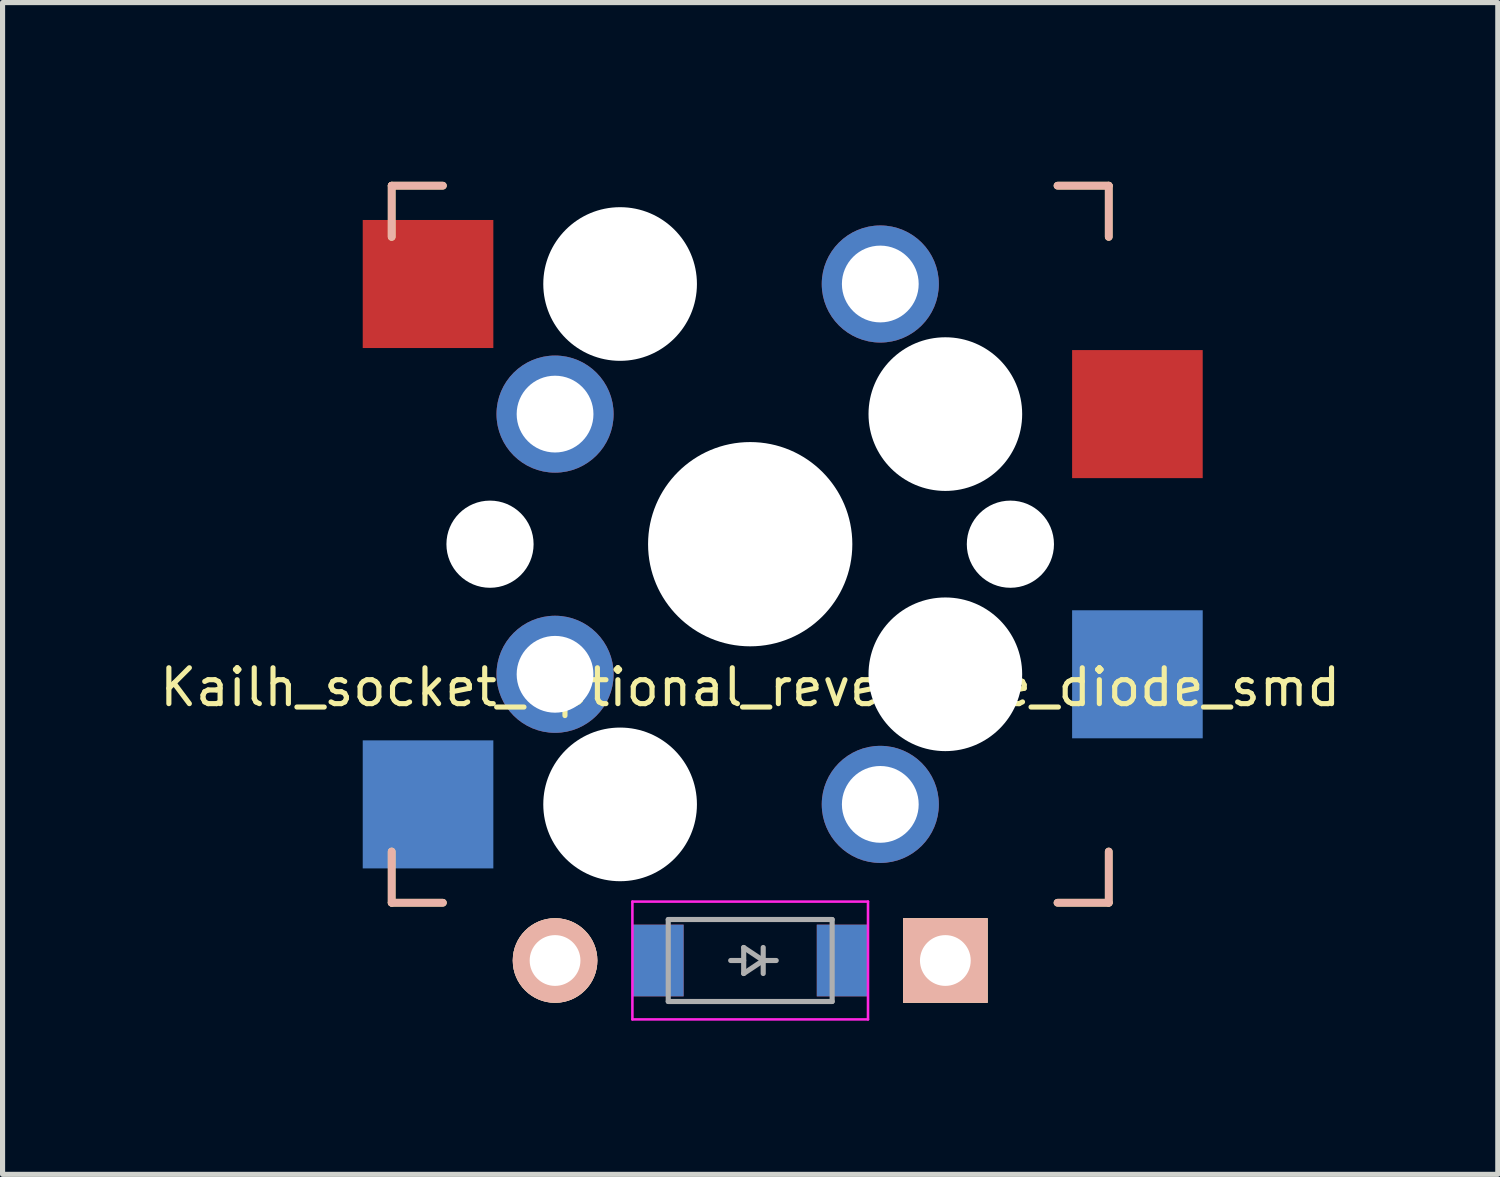
<source format=kicad_pcb>
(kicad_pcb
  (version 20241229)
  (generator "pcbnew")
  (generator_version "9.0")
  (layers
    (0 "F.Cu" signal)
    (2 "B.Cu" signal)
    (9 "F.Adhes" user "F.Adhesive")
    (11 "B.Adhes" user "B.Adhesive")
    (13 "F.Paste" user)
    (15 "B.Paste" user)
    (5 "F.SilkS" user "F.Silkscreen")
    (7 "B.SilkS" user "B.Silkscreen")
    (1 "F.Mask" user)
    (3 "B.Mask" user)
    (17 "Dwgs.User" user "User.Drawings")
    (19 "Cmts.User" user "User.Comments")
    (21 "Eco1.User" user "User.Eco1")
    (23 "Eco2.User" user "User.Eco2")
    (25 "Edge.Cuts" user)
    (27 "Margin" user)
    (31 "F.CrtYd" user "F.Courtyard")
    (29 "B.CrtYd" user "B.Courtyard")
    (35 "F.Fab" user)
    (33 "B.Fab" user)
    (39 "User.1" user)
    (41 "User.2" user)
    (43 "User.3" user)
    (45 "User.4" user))
  (footprint "Kailh_socket_optional_reversible_diode_smd"
    (layer "F.Cu")
    (at 11.597 7.575)
    (property "Reference" "Kailh_socket_optional_reversible_diode_smd" (at 0 2.794 0) (layer "F.SilkS") (effects (font (size 0.7 0.7) (thickness 0.1))))
    (attr through_hole)
    (fp_line (start -7 -7) (end -6 -7) (stroke (width 0.15) (type solid)) (layer "F.SilkS"))
    (fp_line (start -7 -6) (end -7 -7) (stroke (width 0.15) (type solid)) (layer "F.SilkS"))
    (fp_line (start -7 7) (end -7 6) (stroke (width 0.15) (type solid)) (layer "F.SilkS"))
    (fp_line (start -6 7) (end -7 7) (stroke (width 0.15) (type solid)) (layer "F.SilkS"))
    (fp_line (start 6 -7) (end 7 -7) (stroke (width 0.15) (type solid)) (layer "F.SilkS"))
    (fp_line (start 7 -7) (end 7 -6) (stroke (width 0.15) (type solid)) (layer "F.SilkS"))
    (fp_line (start 7 6) (end 7 7) (stroke (width 0.15) (type solid)) (layer "F.SilkS"))
    (fp_line (start 7 7) (end 6 7) (stroke (width 0.15) (type solid)) (layer "F.SilkS"))
    (fp_line (start -7 -7) (end -6 -7) (stroke (width 0.15) (type solid)) (layer "B.SilkS"))
    (fp_line (start -7 -6) (end -7 -7) (stroke (width 0.15) (type solid)) (layer "B.SilkS"))
    (fp_line (start -7 7) (end -7 6) (stroke (width 0.15) (type solid)) (layer "B.SilkS"))
    (fp_line (start -6 7) (end -7 7) (stroke (width 0.15) (type solid)) (layer "B.SilkS"))
    (fp_line (start 6 -7) (end 7 -7) (stroke (width 0.15) (type solid)) (layer "B.SilkS"))
    (fp_line (start 7 -7) (end 7 -6) (stroke (width 0.15) (type solid)) (layer "B.SilkS"))
    (fp_line (start 7 6) (end 7 7) (stroke (width 0.15) (type solid)) (layer "B.SilkS"))
    (fp_line (start 7 7) (end 6 7) (stroke (width 0.15) (type solid)) (layer "B.SilkS"))
    (fp_line (start -7.5 -7.5) (end 7.5 -7.5) (stroke (width 0.15) (type solid)) (layer "Eco2.User"))
    (fp_line (start -7.5 7.5) (end -7.5 -7.5) (stroke (width 0.15) (type solid)) (layer "Eco2.User"))
    (fp_line (start -6.9 6.9) (end -6.9 -6.9) (stroke (width 0.15) (type solid)) (layer "Eco2.User"))
    (fp_line (start -6.9 6.9) (end 6.9 6.9) (stroke (width 0.15) (type solid)) (layer "Eco2.User"))
    (fp_line (start 6.9 -6.9) (end -6.9 -6.9) (stroke (width 0.15) (type solid)) (layer "Eco2.User"))
    (fp_line (start 6.9 -6.9) (end 6.9 6.9) (stroke (width 0.15) (type solid)) (layer "Eco2.User"))
    (fp_line (start 7.5 -7.5) (end 7.5 7.5) (stroke (width 0.15) (type solid)) (layer "Eco2.User"))
    (fp_line (start 7.5 7.5) (end -7.5 7.5) (stroke (width 0.15) (type solid)) (layer "Eco2.User"))
    (fp_line (start -2.3 6.978) (end -2.3 9.278) (stroke (width 0.05) (type solid)) (layer "F.CrtYd"))
    (fp_line (start -2.3 6.978) (end 2.3 6.978) (stroke (width 0.05) (type solid)) (layer "F.CrtYd"))
    (fp_line (start -2.3 9.278) (end 2.3 9.278) (stroke (width 0.05) (type solid)) (layer "F.CrtYd"))
    (fp_line (start 2.3 6.978) (end 2.3 9.278) (stroke (width 0.05) (type solid)) (layer "F.CrtYd"))
    (fp_line (start -1.6 7.328) (end 1.6 7.328) (stroke (width 0.1) (type solid)) (layer "F.Fab"))
    (fp_line (start -1.6 8.928) (end -1.6 7.328) (stroke (width 0.1) (type solid)) (layer "F.Fab"))
    (fp_line (start -0.127 7.874) (end 0.254 8.128) (stroke (width 0.1) (type solid)) (layer "F.Fab"))
    (fp_line (start -0.127 8.128) (end -0.381 8.128) (stroke (width 0.1) (type solid)) (layer "F.Fab"))
    (fp_line (start -0.127 8.382) (end -0.127 7.874) (stroke (width 0.1) (type solid)) (layer "F.Fab"))
    (fp_line (start 0.254 8.128) (end -0.127 8.382) (stroke (width 0.1) (type solid)) (layer "F.Fab"))
    (fp_line (start 0.254 8.128) (end 0.508 8.128) (stroke (width 0.1) (type solid)) (layer "F.Fab"))
    (fp_line (start 0.254 8.382) (end 0.254 7.874) (stroke (width 0.1) (type solid)) (layer "F.Fab"))
    (fp_line (start 1.6 7.328) (end 1.6 8.928) (stroke (width 0.1) (type solid)) (layer "F.Fab"))
    (fp_line (start 1.6 8.928) (end -1.6 8.928) (stroke (width 0.1) (type solid)) (layer "F.Fab"))
    (pad "" np_thru_hole circle (at -5.08 0) (size 1.702 1.702) (drill 1.702) (layers "*.Cu" "*.Mask"))
    (pad "" np_thru_hole circle (at -2.54 -5.08) (size 3 3) (drill 3) (layers "*.Cu" "*.Mask"))
    (pad "" np_thru_hole circle (at -2.54 5.08) (size 3 3) (drill 3) (layers "*.Cu" "*.Mask"))
    (pad "" np_thru_hole circle (at 0 0) (size 3.988 3.988) (drill 3.988) (layers "*.Cu" "*.Mask"))
    (pad "" np_thru_hole circle (at 3.81 -2.54) (size 3 3) (drill 3) (layers "*.Cu" "*.Mask"))
    (pad "" np_thru_hole circle (at 3.81 2.54) (size 3 3) (drill 3) (layers "*.Cu" "*.Mask"))
    (pad "" np_thru_hole circle (at 5.08 0) (size 1.702 1.702) (drill 1.702) (layers "*.Cu" "*.Mask"))
    (pad "1" thru_hole circle (at 2.54 -5.08) (size 2.286 2.286) (drill 1.499) (layers "*.Cu" "*.Mask"))
    (pad "1" thru_hole circle (at 2.54 5.08) (size 2.286 2.286) (drill 1.499) (layers "*.Cu" "*.Mask"))
    (pad "1" smd rect (at 7.56 -2.54) (size 2.55 2.5) (layers "F.Cu" "F.Mask" "F.Paste"))
    (pad "1" smd rect (at 7.56 2.54) (size 2.55 2.5) (layers "B.Cu" "B.Mask" "B.Paste"))
    (pad "2" smd rect (at -6.29 -5.08) (size 2.55 2.5) (layers "F.Cu" "F.Mask" "F.Paste"))
    (pad "2" smd rect (at -6.29 5.08) (size 2.55 2.5) (layers "B.Cu" "B.Mask" "B.Paste"))
    (pad "2" thru_hole circle (at -3.81 -2.54) (size 2.286 2.286) (drill 1.499) (layers "*.Cu" "*.Mask"))
    (pad "2" thru_hole circle (at -3.81 2.54) (size 2.286 2.286) (drill 1.499) (layers "*.Cu" "*.Mask"))
    (pad "3" thru_hole circle (at -3.81 8.128) (size 1.651 1.651) (drill 0.991) (layers "*.Cu" "*.SilkS" "*.Mask"))
    (pad "3" smd rect (at -1.8 8.128) (size 1 1.4) (layers "F.Cu" "F.Mask" "F.Paste"))
    (pad "3" smd rect (at -1.8 8.128) (size 1 1.4) (layers "B.Cu" "B.Mask" "B.Paste"))
    (pad "4" smd rect (at 1.8 8.128) (size 1 1.4) (layers "F.Cu" "F.Mask" "F.Paste"))
    (pad "4" smd rect (at 1.8 8.128) (size 1 1.4) (layers "B.Cu" "B.Mask" "B.Paste"))
    (pad "4" thru_hole rect (at 3.81 8.128) (size 1.651 1.651) (drill 0.991) (layers "*.Cu" "*.SilkS" "*.Mask")))
  (gr_rect
    (start -3 -3)
    (end 26.193 19.878)
    (stroke (width 0.1) (type default))
    (fill no)
    (layer "Edge.Cuts")))
</source>
